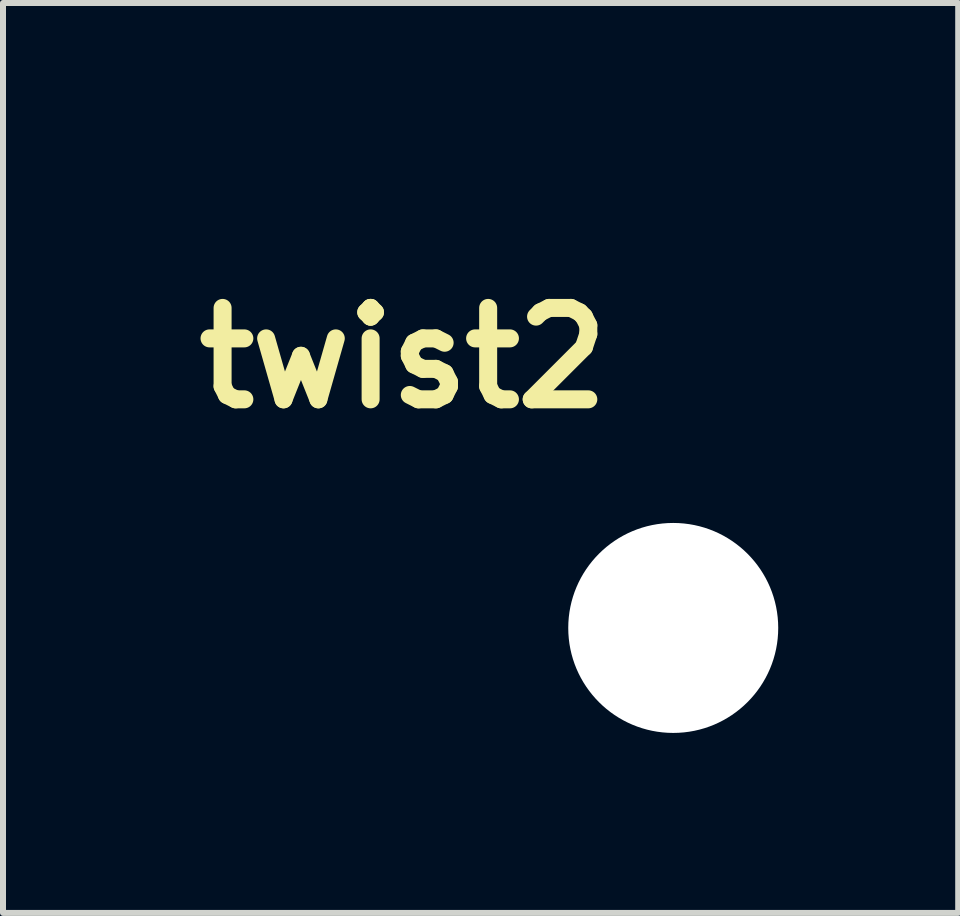
<source format=kicad_pcb>
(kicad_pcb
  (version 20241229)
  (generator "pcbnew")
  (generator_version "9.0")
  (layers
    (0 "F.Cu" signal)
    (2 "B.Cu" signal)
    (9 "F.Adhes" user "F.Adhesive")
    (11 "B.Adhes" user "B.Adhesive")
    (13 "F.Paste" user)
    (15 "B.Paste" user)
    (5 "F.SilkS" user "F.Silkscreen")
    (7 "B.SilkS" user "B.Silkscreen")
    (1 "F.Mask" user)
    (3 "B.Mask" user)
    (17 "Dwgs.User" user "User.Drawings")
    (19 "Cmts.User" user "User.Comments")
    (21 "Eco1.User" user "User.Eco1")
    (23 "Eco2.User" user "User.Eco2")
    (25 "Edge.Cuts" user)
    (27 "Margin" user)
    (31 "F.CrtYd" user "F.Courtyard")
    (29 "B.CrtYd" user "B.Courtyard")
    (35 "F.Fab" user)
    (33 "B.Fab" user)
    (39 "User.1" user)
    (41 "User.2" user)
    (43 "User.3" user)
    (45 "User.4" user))
  (footprint "twist2"
    (layer "F.Cu")
    (at 8.172 7.417)
    (property "Reference" "twist2" (at -4.5 -4.5 0) (layer "F.SilkS") (effects (font (size 1.524 1.524) (thickness 0.3))))
    (attr through_hole)
    (fp_poly (pts (xy -2.065 -5.964) (xy -1.991 -5.939) (xy -1.98 -5.934) (xy -1.911 -5.892) (xy -1.854 -5.839) (xy -1.809 -5.778) (xy -1.776 -5.71) (xy -1.757 -5.639) (xy -1.75 -5.564) (xy -1.756 -5.49) (xy -1.777 -5.418) (xy -1.812 -5.349) (xy -1.861 -5.286) (xy -1.868 -5.279) (xy -1.933 -5.226) (xy -2.005 -5.187) (xy -2.083 -5.164) (xy -2.165 -5.156) (xy -2.226 -5.161) (xy -2.299 -5.18) (xy -2.368 -5.214) (xy -2.43 -5.261) (xy -2.483 -5.319) (xy -2.525 -5.385) (xy -2.554 -5.459) (xy -2.557 -5.469) (xy -2.569 -5.547) (xy -2.565 -5.623) (xy -2.547 -5.698) (xy -2.515 -5.768) (xy -2.471 -5.831) (xy -2.415 -5.886) (xy -2.35 -5.929) (xy -2.299 -5.952) (xy -2.223 -5.971) (xy -2.144 -5.975) (xy -2.065 -5.964)) (stroke (width 0.01) (type solid)) (fill yes) (layer "F.Mask"))
    (fp_poly (pts (xy -2.049 -3.788) (xy -2.022 -3.779) (xy -1.947 -3.743) (xy -1.881 -3.694) (xy -1.827 -3.634) (xy -1.786 -3.565) (xy -1.762 -3.497) (xy -1.75 -3.418) (xy -1.754 -3.34) (xy -1.772 -3.265) (xy -1.803 -3.194) (xy -1.847 -3.13) (xy -1.902 -3.075) (xy -1.966 -3.031) (xy -2.039 -3) (xy -2.045 -2.998) (xy -2.103 -2.987) (xy -2.168 -2.985) (xy -2.233 -2.991) (xy -2.291 -3.005) (xy -2.292 -3.005) (xy -2.364 -3.039) (xy -2.428 -3.086) (xy -2.482 -3.143) (xy -2.525 -3.209) (xy -2.554 -3.281) (xy -2.569 -3.357) (xy -2.57 -3.388) (xy -2.563 -3.468) (xy -2.54 -3.543) (xy -2.506 -3.61) (xy -2.46 -3.669) (xy -2.405 -3.719) (xy -2.342 -3.759) (xy -2.274 -3.787) (xy -2.201 -3.801) (xy -2.125 -3.802) (xy -2.049 -3.788)) (stroke (width 0.01) (type solid)) (fill yes) (layer "F.Mask"))
    (fp_poly (pts (xy -5.063 -2.443) (xy -5.023 -2.43) (xy -5.021 -2.429) (xy -5.005 -2.418) (xy -4.98 -2.396) (xy -4.947 -2.366) (xy -4.907 -2.328) (xy -4.862 -2.285) (xy -4.814 -2.237) (xy -4.763 -2.186) (xy -4.712 -2.135) (xy -4.662 -2.084) (xy -4.615 -2.035) (xy -4.571 -1.99) (xy -4.534 -1.949) (xy -4.504 -1.916) (xy -4.482 -1.891) (xy -4.471 -1.876) (xy -4.471 -1.874) (xy -4.464 -1.848) (xy -4.459 -1.814) (xy -4.458 -1.789) (xy -4.466 -1.733) (xy -4.488 -1.683) (xy -4.522 -1.642) (xy -4.567 -1.611) (xy -4.62 -1.594) (xy -4.647 -1.591) (xy -4.683 -1.591) (xy -4.716 -1.596) (xy -4.73 -1.6) (xy -4.743 -1.605) (xy -4.757 -1.612) (xy -4.772 -1.622) (xy -4.79 -1.636) (xy -4.812 -1.655) (xy -4.839 -1.68) (xy -4.872 -1.712) (xy -4.913 -1.752) (xy -4.963 -1.802) (xy -5.023 -1.862) (xy -5.052 -1.891) (xy -5.115 -1.954) (xy -5.167 -2.008) (xy -5.209 -2.052) (xy -5.243 -2.088) (xy -5.268 -2.119) (xy -5.286 -2.145) (xy -5.299 -2.167) (xy -5.307 -2.187) (xy -5.312 -2.207) (xy -5.313 -2.228) (xy -5.314 -2.244) (xy -5.306 -2.302) (xy -5.283 -2.354) (xy -5.246 -2.398) (xy -5.198 -2.431) (xy -5.197 -2.431) (xy -5.157 -2.444) (xy -5.11 -2.447) (xy -5.063 -2.443)) (stroke (width 0.01) (type solid)) (fill yes) (layer "F.Mask"))
    (fp_poly (pts (xy -7.011 -7.411) (xy -6.993 -7.408) (xy -6.974 -7.402) (xy -6.954 -7.392) (xy -6.93 -7.376) (xy -6.903 -7.355) (xy -6.87 -7.326) (xy -6.831 -7.29) (xy -6.784 -7.244) (xy -6.727 -7.188) (xy -6.66 -7.121) (xy -6.657 -7.118) (xy -6.595 -7.055) (xy -6.544 -7.003) (xy -6.502 -6.96) (xy -6.469 -6.925) (xy -6.444 -6.898) (xy -6.425 -6.876) (xy -6.411 -6.858) (xy -6.402 -6.844) (xy -6.396 -6.832) (xy -6.393 -6.824) (xy -6.381 -6.777) (xy -6.381 -6.735) (xy -6.392 -6.692) (xy -6.419 -6.638) (xy -6.457 -6.596) (xy -6.505 -6.567) (xy -6.561 -6.553) (xy -6.572 -6.552) (xy -6.61 -6.552) (xy -6.644 -6.557) (xy -6.651 -6.559) (xy -6.664 -6.565) (xy -6.677 -6.571) (xy -6.69 -6.579) (xy -6.706 -6.591) (xy -6.725 -6.607) (xy -6.749 -6.629) (xy -6.779 -6.657) (xy -6.815 -6.693) (xy -6.861 -6.738) (xy -6.915 -6.792) (xy -6.969 -6.846) (xy -7.034 -6.911) (xy -7.087 -6.966) (xy -7.131 -7.011) (xy -7.165 -7.049) (xy -7.192 -7.08) (xy -7.212 -7.106) (xy -7.225 -7.128) (xy -7.234 -7.148) (xy -7.239 -7.166) (xy -7.242 -7.184) (xy -7.242 -7.2) (xy -7.238 -7.25) (xy -7.225 -7.291) (xy -7.199 -7.329) (xy -7.179 -7.35) (xy -7.14 -7.382) (xy -7.101 -7.402) (xy -7.056 -7.411) (xy -7.03 -7.412) (xy -7.011 -7.411)) (stroke (width 0.01) (type solid)) (fill yes) (layer "F.Mask"))
    (fp_poly (pts (xy -5.002 -5.471) (xy -4.977 -5.46) (xy -4.957 -5.447) (xy -4.927 -5.423) (xy -4.891 -5.391) (xy -4.85 -5.353) (xy -4.807 -5.31) (xy -4.764 -5.266) (xy -4.722 -5.222) (xy -4.684 -5.181) (xy -4.653 -5.144) (xy -4.633 -5.119) (xy -4.565 -5.013) (xy -4.512 -4.901) (xy -4.475 -4.783) (xy -4.453 -4.658) (xy -4.446 -4.534) (xy -4.452 -4.413) (xy -4.471 -4.299) (xy -4.503 -4.189) (xy -4.549 -4.078) (xy -4.551 -4.073) (xy -4.56 -4.054) (xy -4.568 -4.037) (xy -4.577 -4.02) (xy -4.586 -4.004) (xy -4.595 -3.987) (xy -4.607 -3.97) (xy -4.62 -3.951) (xy -4.636 -3.93) (xy -4.656 -3.906) (xy -4.679 -3.88) (xy -4.706 -3.849) (xy -4.737 -3.815) (xy -4.774 -3.775) (xy -4.817 -3.73) (xy -4.866 -3.68) (xy -4.922 -3.622) (xy -4.985 -3.558) (xy -5.056 -3.486) (xy -5.136 -3.406) (xy -5.224 -3.317) (xy -5.322 -3.219) (xy -5.429 -3.111) (xy -5.547 -2.993) (xy -5.677 -2.864) (xy -5.79 -2.75) (xy -5.933 -2.607) (xy -6.064 -2.476) (xy -6.184 -2.356) (xy -6.293 -2.247) (xy -6.392 -2.148) (xy -6.482 -2.059) (xy -6.562 -1.98) (xy -6.633 -1.909) (xy -6.696 -1.847) (xy -6.75 -1.794) (xy -6.798 -1.748) (xy -6.838 -1.709) (xy -6.871 -1.678) (xy -6.898 -1.653) (xy -6.919 -1.634) (xy -6.935 -1.62) (xy -6.945 -1.612) (xy -6.95 -1.609) (xy -7.002 -1.593) (xy -7.058 -1.59) (xy -7.105 -1.598) (xy -7.133 -1.612) (xy -7.163 -1.636) (xy -7.193 -1.666) (xy -7.218 -1.697) (xy -7.232 -1.726) (xy -7.233 -1.728) (xy -7.242 -1.786) (xy -7.236 -1.842) (xy -7.225 -1.876) (xy -7.22 -1.884) (xy -7.211 -1.896) (xy -7.196 -1.913) (xy -7.175 -1.936) (xy -7.148 -1.965) (xy -7.114 -2) (xy -7.073 -2.042) (xy -7.025 -2.092) (xy -6.969 -2.149) (xy -6.904 -2.215) (xy -6.831 -2.289) (xy -6.748 -2.373) (xy -6.656 -2.465) (xy -6.554 -2.568) (xy -6.441 -2.681) (xy -6.318 -2.805) (xy -6.183 -2.941) (xy -6.096 -3.027) (xy -5.954 -3.169) (xy -5.824 -3.3) (xy -5.705 -3.42) (xy -5.596 -3.529) (xy -5.498 -3.628) (xy -5.409 -3.717) (xy -5.33 -3.797) (xy -5.26 -3.868) (xy -5.198 -3.931) (xy -5.145 -3.986) (xy -5.099 -4.033) (xy -5.06 -4.074) (xy -5.028 -4.108) (xy -5.002 -4.136) (xy -4.982 -4.158) (xy -4.967 -4.175) (xy -4.957 -4.187) (xy -4.953 -4.193) (xy -4.909 -4.282) (xy -4.879 -4.375) (xy -4.862 -4.47) (xy -4.859 -4.565) (xy -4.869 -4.657) (xy -4.894 -4.745) (xy -4.932 -4.825) (xy -4.941 -4.839) (xy -4.957 -4.861) (xy -4.984 -4.893) (xy -5.017 -4.931) (xy -5.056 -4.973) (xy -5.097 -5.017) (xy -5.114 -5.034) (xy -5.159 -5.079) (xy -5.193 -5.115) (xy -5.218 -5.143) (xy -5.237 -5.165) (xy -5.249 -5.182) (xy -5.257 -5.198) (xy -5.263 -5.213) (xy -5.265 -5.219) (xy -5.274 -5.251) (xy -5.278 -5.275) (xy -5.276 -5.297) (xy -5.269 -5.325) (xy -5.266 -5.337) (xy -5.245 -5.383) (xy -5.212 -5.425) (xy -5.173 -5.457) (xy -5.156 -5.466) (xy -5.108 -5.48) (xy -5.055 -5.481) (xy -5.002 -5.471)) (stroke (width 0.01) (type solid)) (fill yes) (layer "F.Mask"))
    (fp_poly (pts (xy -4.607 -7.368) (xy -4.549 -7.356) (xy -4.499 -7.331) (xy -4.46 -7.294) (xy -4.432 -7.247) (xy -4.418 -7.192) (xy -4.417 -7.182) (xy -4.416 -7.171) (xy -4.414 -7.161) (xy -4.413 -7.151) (xy -4.413 -7.142) (xy -4.414 -7.132) (xy -4.417 -7.122) (xy -4.422 -7.11) (xy -4.43 -7.095) (xy -4.441 -7.079) (xy -4.456 -7.059) (xy -4.475 -7.036) (xy -4.499 -7.009) (xy -4.527 -6.977) (xy -4.562 -6.94) (xy -4.603 -6.897) (xy -4.65 -6.848) (xy -4.705 -6.792) (xy -4.767 -6.728) (xy -4.837 -6.657) (xy -4.916 -6.578) (xy -5.004 -6.489) (xy -5.102 -6.391) (xy -5.21 -6.283) (xy -5.328 -6.165) (xy -5.458 -6.035) (xy -5.562 -5.93) (xy -5.711 -5.781) (xy -5.849 -5.643) (xy -5.975 -5.517) (xy -6.089 -5.402) (xy -6.194 -5.297) (xy -6.287 -5.202) (xy -6.371 -5.118) (xy -6.444 -5.043) (xy -6.508 -4.977) (xy -6.563 -4.921) (xy -6.609 -4.873) (xy -6.647 -4.834) (xy -6.676 -4.802) (xy -6.697 -4.779) (xy -6.711 -4.763) (xy -6.716 -4.756) (xy -6.759 -4.673) (xy -6.786 -4.585) (xy -6.799 -4.494) (xy -6.796 -4.4) (xy -6.778 -4.307) (xy -6.744 -4.216) (xy -6.732 -4.191) (xy -6.718 -4.167) (xy -6.704 -4.144) (xy -6.685 -4.119) (xy -6.662 -4.091) (xy -6.631 -4.058) (xy -6.592 -4.017) (xy -6.556 -3.979) (xy -6.515 -3.937) (xy -6.478 -3.897) (xy -6.445 -3.862) (xy -6.42 -3.833) (xy -6.404 -3.813) (xy -6.399 -3.806) (xy -6.387 -3.769) (xy -6.383 -3.725) (xy -6.387 -3.679) (xy -6.399 -3.639) (xy -6.402 -3.632) (xy -6.431 -3.59) (xy -6.469 -3.554) (xy -6.508 -3.531) (xy -6.548 -3.521) (xy -6.595 -3.519) (xy -6.641 -3.524) (xy -6.671 -3.534) (xy -6.688 -3.546) (xy -6.714 -3.568) (xy -6.748 -3.598) (xy -6.787 -3.635) (xy -6.829 -3.677) (xy -6.873 -3.721) (xy -6.916 -3.765) (xy -6.957 -3.809) (xy -6.993 -3.848) (xy -7.022 -3.882) (xy -7.043 -3.909) (xy -7.047 -3.915) (xy -7.104 -4.012) (xy -7.15 -4.119) (xy -7.185 -4.23) (xy -7.201 -4.305) (xy -7.206 -4.354) (xy -7.209 -4.413) (xy -7.209 -4.478) (xy -7.206 -4.542) (xy -7.202 -4.6) (xy -7.196 -4.641) (xy -7.164 -4.764) (xy -7.117 -4.882) (xy -7.054 -4.994) (xy -7.05 -4.999) (xy -7.043 -5.009) (xy -7.034 -5.021) (xy -7.021 -5.036) (xy -7.005 -5.055) (xy -6.985 -5.077) (xy -6.961 -5.103) (xy -6.932 -5.134) (xy -6.897 -5.17) (xy -6.856 -5.213) (xy -6.809 -5.261) (xy -6.755 -5.316) (xy -6.693 -5.379) (xy -6.624 -5.449) (xy -6.546 -5.528) (xy -6.459 -5.615) (xy -6.362 -5.712) (xy -6.256 -5.819) (xy -6.139 -5.936) (xy -6.011 -6.065) (xy -5.876 -6.199) (xy -5.736 -6.34) (xy -5.607 -6.469) (xy -5.489 -6.587) (xy -5.381 -6.694) (xy -5.284 -6.792) (xy -5.196 -6.879) (xy -5.117 -6.958) (xy -5.047 -7.027) (xy -4.984 -7.089) (xy -4.93 -7.142) (xy -4.883 -7.188) (xy -4.842 -7.228) (xy -4.808 -7.26) (xy -4.779 -7.287) (xy -4.755 -7.309) (xy -4.737 -7.325) (xy -4.722 -7.337) (xy -4.712 -7.345) (xy -4.705 -7.349) (xy -4.676 -7.362) (xy -4.649 -7.368) (xy -4.617 -7.368) (xy -4.607 -7.368)) (stroke (width 0.01) (type solid)) (fill yes) (layer "F.Mask"))
    (fp_poly (pts (xy -2.065 -5.964) (xy -1.991 -5.939) (xy -1.98 -5.934) (xy -1.911 -5.892) (xy -1.854 -5.839) (xy -1.809 -5.778) (xy -1.776 -5.71) (xy -1.757 -5.639) (xy -1.75 -5.564) (xy -1.756 -5.49) (xy -1.777 -5.418) (xy -1.812 -5.349) (xy -1.861 -5.286) (xy -1.868 -5.279) (xy -1.933 -5.226) (xy -2.005 -5.187) (xy -2.083 -5.164) (xy -2.165 -5.156) (xy -2.226 -5.161) (xy -2.299 -5.18) (xy -2.368 -5.214) (xy -2.43 -5.261) (xy -2.483 -5.319) (xy -2.525 -5.385) (xy -2.554 -5.459) (xy -2.557 -5.469) (xy -2.569 -5.547) (xy -2.565 -5.623) (xy -2.547 -5.698) (xy -2.515 -5.768) (xy -2.471 -5.831) (xy -2.415 -5.886) (xy -2.35 -5.929) (xy -2.299 -5.952) (xy -2.223 -5.971) (xy -2.144 -5.975) (xy -2.065 -5.964)) (stroke (width 0.01) (type solid)) (fill yes) (layer "B.Mask"))
    (fp_poly (pts (xy -2.049 -3.788) (xy -2.022 -3.779) (xy -1.947 -3.743) (xy -1.881 -3.694) (xy -1.827 -3.634) (xy -1.786 -3.565) (xy -1.762 -3.497) (xy -1.75 -3.418) (xy -1.754 -3.34) (xy -1.772 -3.265) (xy -1.803 -3.194) (xy -1.847 -3.13) (xy -1.902 -3.075) (xy -1.966 -3.031) (xy -2.039 -3) (xy -2.045 -2.998) (xy -2.103 -2.987) (xy -2.168 -2.985) (xy -2.233 -2.991) (xy -2.291 -3.005) (xy -2.292 -3.005) (xy -2.364 -3.039) (xy -2.428 -3.086) (xy -2.482 -3.143) (xy -2.525 -3.209) (xy -2.554 -3.281) (xy -2.569 -3.357) (xy -2.57 -3.388) (xy -2.563 -3.468) (xy -2.54 -3.543) (xy -2.506 -3.61) (xy -2.46 -3.669) (xy -2.405 -3.719) (xy -2.342 -3.759) (xy -2.274 -3.787) (xy -2.201 -3.801) (xy -2.125 -3.802) (xy -2.049 -3.788)) (stroke (width 0.01) (type solid)) (fill yes) (layer "B.Mask"))
    (fp_poly (pts (xy -5.063 -2.443) (xy -5.023 -2.43) (xy -5.021 -2.429) (xy -5.005 -2.418) (xy -4.98 -2.396) (xy -4.947 -2.366) (xy -4.907 -2.328) (xy -4.862 -2.285) (xy -4.814 -2.237) (xy -4.763 -2.186) (xy -4.712 -2.135) (xy -4.662 -2.084) (xy -4.615 -2.035) (xy -4.571 -1.99) (xy -4.534 -1.949) (xy -4.504 -1.916) (xy -4.482 -1.891) (xy -4.471 -1.876) (xy -4.471 -1.874) (xy -4.464 -1.848) (xy -4.459 -1.814) (xy -4.458 -1.789) (xy -4.466 -1.733) (xy -4.488 -1.683) (xy -4.522 -1.642) (xy -4.567 -1.611) (xy -4.62 -1.594) (xy -4.647 -1.591) (xy -4.683 -1.591) (xy -4.716 -1.596) (xy -4.73 -1.6) (xy -4.743 -1.605) (xy -4.757 -1.612) (xy -4.772 -1.622) (xy -4.79 -1.636) (xy -4.812 -1.655) (xy -4.839 -1.68) (xy -4.872 -1.712) (xy -4.913 -1.752) (xy -4.963 -1.802) (xy -5.023 -1.862) (xy -5.052 -1.891) (xy -5.115 -1.954) (xy -5.167 -2.008) (xy -5.209 -2.052) (xy -5.243 -2.088) (xy -5.268 -2.119) (xy -5.286 -2.145) (xy -5.299 -2.167) (xy -5.307 -2.187) (xy -5.312 -2.207) (xy -5.313 -2.228) (xy -5.314 -2.244) (xy -5.306 -2.302) (xy -5.283 -2.354) (xy -5.246 -2.398) (xy -5.198 -2.431) (xy -5.197 -2.431) (xy -5.157 -2.444) (xy -5.11 -2.447) (xy -5.063 -2.443)) (stroke (width 0.01) (type solid)) (fill yes) (layer "B.Mask"))
    (fp_poly (pts (xy -7.011 -7.411) (xy -6.993 -7.408) (xy -6.974 -7.402) (xy -6.954 -7.392) (xy -6.93 -7.376) (xy -6.903 -7.355) (xy -6.87 -7.326) (xy -6.831 -7.29) (xy -6.784 -7.244) (xy -6.727 -7.188) (xy -6.66 -7.121) (xy -6.657 -7.118) (xy -6.595 -7.055) (xy -6.544 -7.003) (xy -6.502 -6.96) (xy -6.469 -6.925) (xy -6.444 -6.898) (xy -6.425 -6.876) (xy -6.411 -6.858) (xy -6.402 -6.844) (xy -6.396 -6.832) (xy -6.393 -6.824) (xy -6.381 -6.777) (xy -6.381 -6.735) (xy -6.392 -6.692) (xy -6.419 -6.638) (xy -6.457 -6.596) (xy -6.505 -6.567) (xy -6.561 -6.553) (xy -6.572 -6.552) (xy -6.61 -6.552) (xy -6.644 -6.557) (xy -6.651 -6.559) (xy -6.664 -6.565) (xy -6.677 -6.571) (xy -6.69 -6.579) (xy -6.706 -6.591) (xy -6.725 -6.607) (xy -6.749 -6.629) (xy -6.779 -6.657) (xy -6.815 -6.693) (xy -6.861 -6.738) (xy -6.915 -6.792) (xy -6.969 -6.846) (xy -7.034 -6.911) (xy -7.087 -6.966) (xy -7.131 -7.011) (xy -7.165 -7.049) (xy -7.192 -7.08) (xy -7.212 -7.106) (xy -7.225 -7.128) (xy -7.234 -7.148) (xy -7.239 -7.166) (xy -7.242 -7.184) (xy -7.242 -7.2) (xy -7.238 -7.25) (xy -7.225 -7.291) (xy -7.199 -7.329) (xy -7.179 -7.35) (xy -7.14 -7.382) (xy -7.101 -7.402) (xy -7.056 -7.411) (xy -7.03 -7.412) (xy -7.011 -7.411)) (stroke (width 0.01) (type solid)) (fill yes) (layer "B.Mask"))
    (fp_poly (pts (xy -5.002 -5.471) (xy -4.977 -5.46) (xy -4.957 -5.447) (xy -4.927 -5.423) (xy -4.891 -5.391) (xy -4.85 -5.353) (xy -4.807 -5.31) (xy -4.764 -5.266) (xy -4.722 -5.222) (xy -4.684 -5.181) (xy -4.653 -5.144) (xy -4.633 -5.119) (xy -4.565 -5.013) (xy -4.512 -4.901) (xy -4.475 -4.783) (xy -4.453 -4.658) (xy -4.446 -4.534) (xy -4.452 -4.413) (xy -4.471 -4.299) (xy -4.503 -4.189) (xy -4.549 -4.078) (xy -4.551 -4.073) (xy -4.56 -4.054) (xy -4.568 -4.037) (xy -4.577 -4.02) (xy -4.586 -4.004) (xy -4.595 -3.987) (xy -4.607 -3.97) (xy -4.62 -3.951) (xy -4.636 -3.93) (xy -4.656 -3.906) (xy -4.679 -3.88) (xy -4.706 -3.849) (xy -4.737 -3.815) (xy -4.774 -3.775) (xy -4.817 -3.73) (xy -4.866 -3.68) (xy -4.922 -3.622) (xy -4.985 -3.558) (xy -5.056 -3.486) (xy -5.136 -3.406) (xy -5.224 -3.317) (xy -5.322 -3.219) (xy -5.429 -3.111) (xy -5.547 -2.993) (xy -5.677 -2.864) (xy -5.79 -2.75) (xy -5.933 -2.607) (xy -6.064 -2.476) (xy -6.184 -2.356) (xy -6.293 -2.247) (xy -6.392 -2.148) (xy -6.482 -2.059) (xy -6.562 -1.98) (xy -6.633 -1.909) (xy -6.696 -1.847) (xy -6.75 -1.794) (xy -6.798 -1.748) (xy -6.838 -1.709) (xy -6.871 -1.678) (xy -6.898 -1.653) (xy -6.919 -1.634) (xy -6.935 -1.62) (xy -6.945 -1.612) (xy -6.95 -1.609) (xy -7.002 -1.593) (xy -7.058 -1.59) (xy -7.105 -1.598) (xy -7.133 -1.612) (xy -7.163 -1.636) (xy -7.193 -1.666) (xy -7.218 -1.697) (xy -7.232 -1.726) (xy -7.233 -1.728) (xy -7.242 -1.786) (xy -7.236 -1.842) (xy -7.225 -1.876) (xy -7.22 -1.884) (xy -7.211 -1.896) (xy -7.196 -1.913) (xy -7.175 -1.936) (xy -7.148 -1.965) (xy -7.114 -2) (xy -7.073 -2.042) (xy -7.025 -2.092) (xy -6.969 -2.149) (xy -6.904 -2.215) (xy -6.831 -2.289) (xy -6.748 -2.373) (xy -6.656 -2.465) (xy -6.554 -2.568) (xy -6.441 -2.681) (xy -6.318 -2.805) (xy -6.183 -2.941) (xy -6.096 -3.027) (xy -5.954 -3.169) (xy -5.824 -3.3) (xy -5.705 -3.42) (xy -5.596 -3.529) (xy -5.498 -3.628) (xy -5.409 -3.717) (xy -5.33 -3.797) (xy -5.26 -3.868) (xy -5.198 -3.931) (xy -5.145 -3.986) (xy -5.099 -4.033) (xy -5.06 -4.074) (xy -5.028 -4.108) (xy -5.002 -4.136) (xy -4.982 -4.158) (xy -4.967 -4.175) (xy -4.957 -4.187) (xy -4.953 -4.193) (xy -4.909 -4.282) (xy -4.879 -4.375) (xy -4.862 -4.47) (xy -4.859 -4.565) (xy -4.869 -4.657) (xy -4.894 -4.745) (xy -4.932 -4.825) (xy -4.941 -4.839) (xy -4.957 -4.861) (xy -4.984 -4.893) (xy -5.017 -4.931) (xy -5.056 -4.973) (xy -5.097 -5.017) (xy -5.114 -5.034) (xy -5.159 -5.079) (xy -5.193 -5.115) (xy -5.218 -5.143) (xy -5.237 -5.165) (xy -5.249 -5.182) (xy -5.257 -5.198) (xy -5.263 -5.213) (xy -5.265 -5.219) (xy -5.274 -5.251) (xy -5.278 -5.275) (xy -5.276 -5.297) (xy -5.269 -5.325) (xy -5.266 -5.337) (xy -5.245 -5.383) (xy -5.212 -5.425) (xy -5.173 -5.457) (xy -5.156 -5.466) (xy -5.108 -5.48) (xy -5.055 -5.481) (xy -5.002 -5.471)) (stroke (width 0.01) (type solid)) (fill yes) (layer "B.Mask"))
    (fp_poly (pts (xy -4.607 -7.368) (xy -4.549 -7.356) (xy -4.499 -7.331) (xy -4.46 -7.294) (xy -4.432 -7.247) (xy -4.418 -7.192) (xy -4.417 -7.182) (xy -4.416 -7.171) (xy -4.414 -7.161) (xy -4.413 -7.151) (xy -4.413 -7.142) (xy -4.414 -7.132) (xy -4.417 -7.122) (xy -4.422 -7.11) (xy -4.43 -7.095) (xy -4.441 -7.079) (xy -4.456 -7.059) (xy -4.475 -7.036) (xy -4.499 -7.009) (xy -4.527 -6.977) (xy -4.562 -6.94) (xy -4.603 -6.897) (xy -4.65 -6.848) (xy -4.705 -6.792) (xy -4.767 -6.728) (xy -4.837 -6.657) (xy -4.916 -6.578) (xy -5.004 -6.489) (xy -5.102 -6.391) (xy -5.21 -6.283) (xy -5.328 -6.165) (xy -5.458 -6.035) (xy -5.562 -5.93) (xy -5.711 -5.781) (xy -5.849 -5.643) (xy -5.975 -5.517) (xy -6.089 -5.402) (xy -6.194 -5.297) (xy -6.287 -5.202) (xy -6.371 -5.118) (xy -6.444 -5.043) (xy -6.508 -4.977) (xy -6.563 -4.921) (xy -6.609 -4.873) (xy -6.647 -4.834) (xy -6.676 -4.802) (xy -6.697 -4.779) (xy -6.711 -4.763) (xy -6.716 -4.756) (xy -6.759 -4.673) (xy -6.786 -4.585) (xy -6.799 -4.494) (xy -6.796 -4.4) (xy -6.778 -4.307) (xy -6.744 -4.216) (xy -6.732 -4.191) (xy -6.718 -4.167) (xy -6.704 -4.144) (xy -6.685 -4.119) (xy -6.662 -4.091) (xy -6.631 -4.058) (xy -6.592 -4.017) (xy -6.556 -3.979) (xy -6.515 -3.937) (xy -6.478 -3.897) (xy -6.445 -3.862) (xy -6.42 -3.833) (xy -6.404 -3.813) (xy -6.399 -3.806) (xy -6.387 -3.769) (xy -6.383 -3.725) (xy -6.387 -3.679) (xy -6.399 -3.639) (xy -6.402 -3.632) (xy -6.431 -3.59) (xy -6.469 -3.554) (xy -6.508 -3.531) (xy -6.548 -3.521) (xy -6.595 -3.519) (xy -6.641 -3.524) (xy -6.671 -3.534) (xy -6.688 -3.546) (xy -6.714 -3.568) (xy -6.748 -3.598) (xy -6.787 -3.635) (xy -6.829 -3.677) (xy -6.873 -3.721) (xy -6.916 -3.765) (xy -6.957 -3.809) (xy -6.993 -3.848) (xy -7.022 -3.882) (xy -7.043 -3.909) (xy -7.047 -3.915) (xy -7.104 -4.012) (xy -7.15 -4.119) (xy -7.185 -4.23) (xy -7.201 -4.305) (xy -7.206 -4.354) (xy -7.209 -4.413) (xy -7.209 -4.478) (xy -7.206 -4.542) (xy -7.202 -4.6) (xy -7.196 -4.641) (xy -7.164 -4.764) (xy -7.117 -4.882) (xy -7.054 -4.994) (xy -7.05 -4.999) (xy -7.043 -5.009) (xy -7.034 -5.021) (xy -7.021 -5.036) (xy -7.005 -5.055) (xy -6.985 -5.077) (xy -6.961 -5.103) (xy -6.932 -5.134) (xy -6.897 -5.17) (xy -6.856 -5.213) (xy -6.809 -5.261) (xy -6.755 -5.316) (xy -6.693 -5.379) (xy -6.624 -5.449) (xy -6.546 -5.528) (xy -6.459 -5.615) (xy -6.362 -5.712) (xy -6.256 -5.819) (xy -6.139 -5.936) (xy -6.011 -6.065) (xy -5.876 -6.199) (xy -5.736 -6.34) (xy -5.607 -6.469) (xy -5.489 -6.587) (xy -5.381 -6.694) (xy -5.284 -6.792) (xy -5.196 -6.879) (xy -5.117 -6.958) (xy -5.047 -7.027) (xy -4.984 -7.089) (xy -4.93 -7.142) (xy -4.883 -7.188) (xy -4.842 -7.228) (xy -4.808 -7.26) (xy -4.779 -7.287) (xy -4.755 -7.309) (xy -4.737 -7.325) (xy -4.722 -7.337) (xy -4.712 -7.345) (xy -4.705 -7.349) (xy -4.676 -7.362) (xy -4.649 -7.368) (xy -4.617 -7.368) (xy -4.607 -7.368)) (stroke (width 0.01) (type solid)) (fill yes) (layer "B.Mask"))
    (pad "" np_thru_hole circle (at 0 0) (size 3.5 3.5) (drill 3.5) (layers "*.Cu" "*.Mask")))
  (gr_rect
    (start -3 -3)
    (end 12.922 12.167)
    (stroke (width 0.1) (type default))
    (fill no)
    (layer "Edge.Cuts")))
</source>
